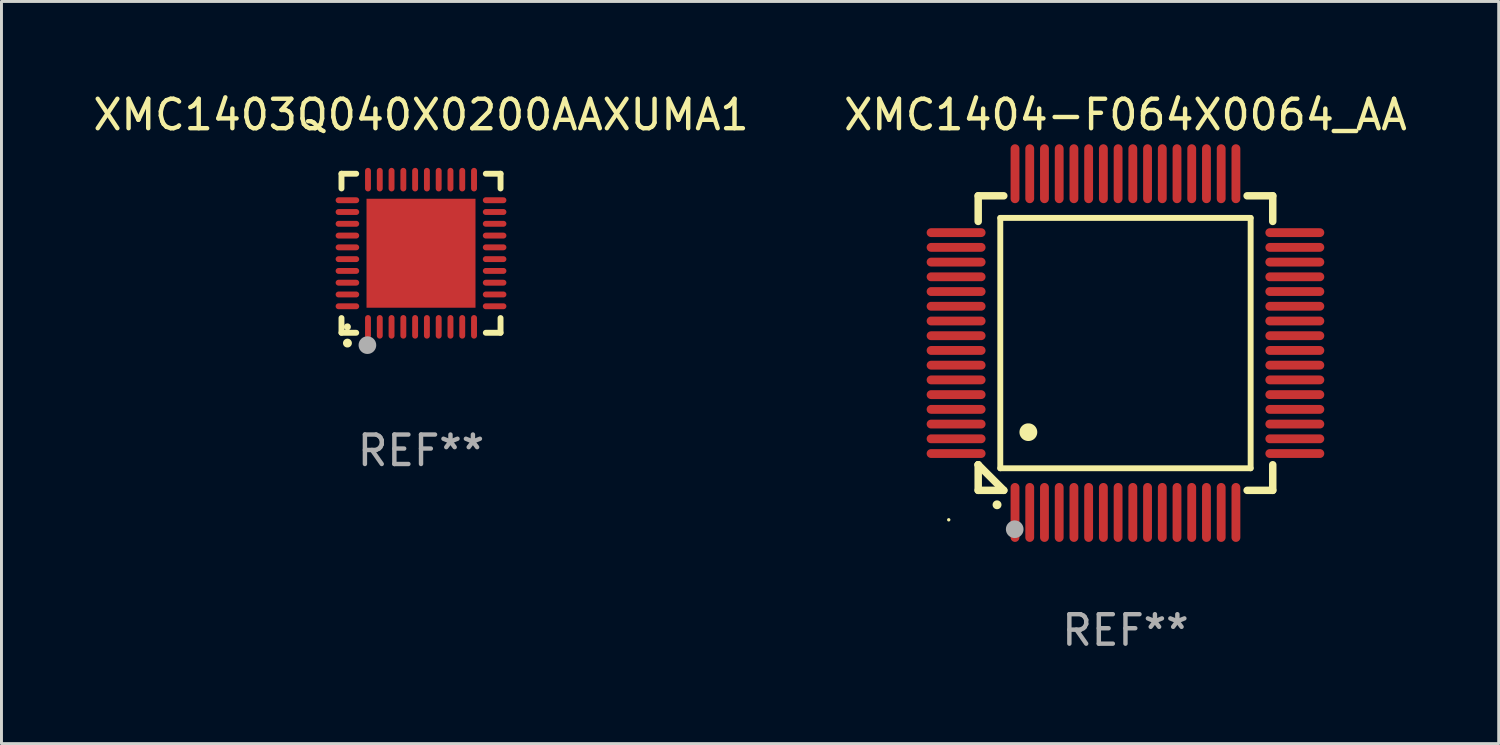
<source format=kicad_pcb>
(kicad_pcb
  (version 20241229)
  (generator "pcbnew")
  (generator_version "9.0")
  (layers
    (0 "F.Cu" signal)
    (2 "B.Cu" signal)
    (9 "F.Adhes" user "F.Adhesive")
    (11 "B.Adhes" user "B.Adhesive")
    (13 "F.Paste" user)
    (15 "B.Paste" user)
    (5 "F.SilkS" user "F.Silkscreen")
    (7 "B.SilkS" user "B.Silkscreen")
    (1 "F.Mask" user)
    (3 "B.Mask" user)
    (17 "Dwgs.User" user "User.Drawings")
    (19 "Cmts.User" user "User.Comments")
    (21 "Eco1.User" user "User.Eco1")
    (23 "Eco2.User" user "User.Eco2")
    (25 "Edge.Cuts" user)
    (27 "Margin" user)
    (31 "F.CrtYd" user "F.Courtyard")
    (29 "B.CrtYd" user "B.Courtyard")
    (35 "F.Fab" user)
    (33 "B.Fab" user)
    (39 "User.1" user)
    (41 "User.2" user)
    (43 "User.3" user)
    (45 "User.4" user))
  (footprint "XMC1403Q040X0200AAXUMA1"
    (layer "F.Cu")
    (at 11.244 5.548)
    (property "Reference" "XMC1403Q040X0200AAXUMA1" (at 0 -4.7 0) (layer "F.SilkS") (effects (font (size 1 1) (thickness 0.15))))
    (attr through_hole)
    (fp_line (start -2.7 -2.7) (end -2.7 -2.2) (stroke (width 0.2) (type solid)) (layer "F.SilkS"))
    (fp_line (start -2.7 2.7) (end -2.7 2.2) (stroke (width 0.2) (type solid)) (layer "F.SilkS"))
    (fp_line (start -2.2 -2.7) (end -2.7 -2.7) (stroke (width 0.2) (type solid)) (layer "F.SilkS"))
    (fp_line (start -2.2 2.7) (end -2.7 2.7) (stroke (width 0.2) (type solid)) (layer "F.SilkS"))
    (fp_line (start 2.7 -2.7) (end 2.2 -2.7) (stroke (width 0.2) (type solid)) (layer "F.SilkS"))
    (fp_line (start 2.7 -2.2) (end 2.7 -2.7) (stroke (width 0.2) (type solid)) (layer "F.SilkS"))
    (fp_line (start 2.7 2.2) (end 2.7 2.7) (stroke (width 0.2) (type solid)) (layer "F.SilkS"))
    (fp_line (start 2.7 2.7) (end 2.2 2.7) (stroke (width 0.2) (type solid)) (layer "F.SilkS"))
    (fp_arc (start -2.499365 3.050546) (mid -2.498095 3.050541) (end -2.496825 3.050546) (stroke (width 0.3) (type solid)) (layer "F.SilkS"))
    (fp_circle (center -2.5 2.5) (end -2.44 2.5) (stroke (width 0.12) (type solid)) (fill no) (layer "F.SilkS"))
    (fp_circle (center -1.82 3.12) (end -1.67 3.12) (stroke (width 0.3) (type solid)) (fill no) (layer "F.Fab"))
    (fp_text user "REF**" (at 0 6.7 0) (layer "F.Fab") (effects (font (size 1 1) (thickness 0.15))))
    (pad "1" smd oval (at -1.8 2.499) (size 0.2 0.8) (layers "F.Cu" "F.Mask" "F.Paste"))
    (pad "2" smd oval (at -1.4 2.499) (size 0.2 0.8) (layers "F.Cu" "F.Mask" "F.Paste"))
    (pad "3" smd oval (at -1 2.499) (size 0.2 0.8) (layers "F.Cu" "F.Mask" "F.Paste"))
    (pad "4" smd oval (at -0.6 2.499) (size 0.2 0.8) (layers "F.Cu" "F.Mask" "F.Paste"))
    (pad "5" smd oval (at -0.2 2.499) (size 0.2 0.8) (layers "F.Cu" "F.Mask" "F.Paste"))
    (pad "6" smd oval (at 0.2 2.499) (size 0.2 0.8) (layers "F.Cu" "F.Mask" "F.Paste"))
    (pad "7" smd oval (at 0.6 2.499) (size 0.2 0.8) (layers "F.Cu" "F.Mask" "F.Paste"))
    (pad "8" smd oval (at 1 2.499) (size 0.2 0.8) (layers "F.Cu" "F.Mask" "F.Paste"))
    (pad "9" smd oval (at 1.4 2.499) (size 0.2 0.8) (layers "F.Cu" "F.Mask" "F.Paste"))
    (pad "10" smd oval (at 1.8 2.499) (size 0.2 0.8) (layers "F.Cu" "F.Mask" "F.Paste"))
    (pad "11" smd oval (at 2.499 1.8) (size 0.8 0.2) (layers "F.Cu" "F.Mask" "F.Paste"))
    (pad "12" smd oval (at 2.499 1.4) (size 0.8 0.2) (layers "F.Cu" "F.Mask" "F.Paste"))
    (pad "13" smd oval (at 2.499 1) (size 0.8 0.2) (layers "F.Cu" "F.Mask" "F.Paste"))
    (pad "14" smd oval (at 2.499 0.6) (size 0.8 0.2) (layers "F.Cu" "F.Mask" "F.Paste"))
    (pad "15" smd oval (at 2.499 0.2) (size 0.8 0.2) (layers "F.Cu" "F.Mask" "F.Paste"))
    (pad "16" smd oval (at 2.499 -0.2) (size 0.8 0.2) (layers "F.Cu" "F.Mask" "F.Paste"))
    (pad "17" smd oval (at 2.499 -0.6) (size 0.8 0.2) (layers "F.Cu" "F.Mask" "F.Paste"))
    (pad "18" smd oval (at 2.499 -1) (size 0.8 0.2) (layers "F.Cu" "F.Mask" "F.Paste"))
    (pad "19" smd oval (at 2.499 -1.4) (size 0.8 0.2) (layers "F.Cu" "F.Mask" "F.Paste"))
    (pad "20" smd oval (at 2.499 -1.8) (size 0.8 0.2) (layers "F.Cu" "F.Mask" "F.Paste"))
    (pad "21" smd oval (at 1.8 -2.499) (size 0.2 0.8) (layers "F.Cu" "F.Mask" "F.Paste"))
    (pad "22" smd oval (at 1.4 -2.499) (size 0.2 0.8) (layers "F.Cu" "F.Mask" "F.Paste"))
    (pad "23" smd oval (at 1 -2.499) (size 0.2 0.8) (layers "F.Cu" "F.Mask" "F.Paste"))
    (pad "24" smd oval (at 0.6 -2.499) (size 0.2 0.8) (layers "F.Cu" "F.Mask" "F.Paste"))
    (pad "25" smd oval (at 0.2 -2.499) (size 0.2 0.8) (layers "F.Cu" "F.Mask" "F.Paste"))
    (pad "26" smd oval (at -0.2 -2.499) (size 0.2 0.8) (layers "F.Cu" "F.Mask" "F.Paste"))
    (pad "27" smd oval (at -0.6 -2.499) (size 0.2 0.8) (layers "F.Cu" "F.Mask" "F.Paste"))
    (pad "28" smd oval (at -1 -2.499) (size 0.2 0.8) (layers "F.Cu" "F.Mask" "F.Paste"))
    (pad "29" smd oval (at -1.4 -2.499) (size 0.2 0.8) (layers "F.Cu" "F.Mask" "F.Paste"))
    (pad "30" smd oval (at -1.8 -2.499) (size 0.2 0.8) (layers "F.Cu" "F.Mask" "F.Paste"))
    (pad "31" smd oval (at -2.499 -1.8) (size 0.8 0.2) (layers "F.Cu" "F.Mask" "F.Paste"))
    (pad "32" smd oval (at -2.499 -1.4) (size 0.8 0.2) (layers "F.Cu" "F.Mask" "F.Paste"))
    (pad "33" smd oval (at -2.499 -1) (size 0.8 0.2) (layers "F.Cu" "F.Mask" "F.Paste"))
    (pad "34" smd oval (at -2.499 -0.6) (size 0.8 0.2) (layers "F.Cu" "F.Mask" "F.Paste"))
    (pad "35" smd oval (at -2.499 -0.2) (size 0.8 0.2) (layers "F.Cu" "F.Mask" "F.Paste"))
    (pad "36" smd oval (at -2.499 0.2) (size 0.8 0.2) (layers "F.Cu" "F.Mask" "F.Paste"))
    (pad "37" smd oval (at -2.499 0.6) (size 0.8 0.2) (layers "F.Cu" "F.Mask" "F.Paste"))
    (pad "38" smd oval (at -2.499 1) (size 0.8 0.2) (layers "F.Cu" "F.Mask" "F.Paste"))
    (pad "39" smd oval (at -2.499 1.4) (size 0.8 0.2) (layers "F.Cu" "F.Mask" "F.Paste"))
    (pad "40" smd oval (at -2.499 1.8) (size 0.8 0.2) (layers "F.Cu" "F.Mask" "F.Paste"))
    (pad "41" smd rect (at 0 0) (size 3.7 3.7) (layers "F.Cu" "F.Mask" "F.Paste")))
  (footprint "XMC1404-F064X0064_AA"
    (layer "F.Cu")
    (at 35.161 8.598)
    (property "Reference" "XMC1404-F064X0064_AA" (at 0 -7.75 0) (layer "F.SilkS") (effects (font (size 1 1) (thickness 0.15))))
    (attr through_hole)
    (fp_line (start -5 -5) (end -4.131 -5) (stroke (width 0.254) (type solid)) (layer "F.SilkS"))
    (fp_line (start -5 -4.131) (end -5 -5) (stroke (width 0.254) (type solid)) (layer "F.SilkS"))
    (fp_line (start -5 4.131) (end -5 4.131) (stroke (width 0.254) (type solid)) (layer "F.SilkS"))
    (fp_line (start -5 5) (end -5 4.131) (stroke (width 0.254) (type solid)) (layer "F.SilkS"))
    (fp_line (start -5 4.131) (end -4.131 5) (stroke (width 0.254) (type solid)) (layer "F.SilkS"))
    (fp_line (start -4.25 -4.25) (end -4.25 4.25) (stroke (width 0.2) (type solid)) (layer "F.SilkS"))
    (fp_line (start -4.25 4.25) (end 4.25 4.25) (stroke (width 0.2) (type solid)) (layer "F.SilkS"))
    (fp_line (start -4.131 5) (end -5 5) (stroke (width 0.254) (type solid)) (layer "F.SilkS"))
    (fp_line (start 4.25 -4.25) (end -4.25 -4.25) (stroke (width 0.2) (type solid)) (layer "F.SilkS"))
    (fp_line (start 4.25 4.25) (end 4.25 -4.25) (stroke (width 0.2) (type solid)) (layer "F.SilkS"))
    (fp_line (start 5 -5) (end 4.131 -5) (stroke (width 0.254) (type solid)) (layer "F.SilkS"))
    (fp_line (start 5 -5) (end 5 -4.131) (stroke (width 0.254) (type solid)) (layer "F.SilkS"))
    (fp_line (start 5 4.131) (end 5 5) (stroke (width 0.254) (type solid)) (layer "F.SilkS"))
    (fp_line (start 5 5) (end 4.131 5) (stroke (width 0.254) (type solid)) (layer "F.SilkS"))
    (fp_arc (start -4.361265 5.489992) (mid -4.359995 5.489987) (end -4.358725 5.489992) (stroke (width 0.3) (type solid)) (layer "F.SilkS"))
    (fp_arc (start -3.299467 3.025146) (mid -3.296927 3.025135) (end -3.294387 3.025146) (stroke (width 0.6) (type solid)) (layer "F.SilkS"))
    (fp_circle (center -6 6) (end -5.97 6) (stroke (width 0.06) (type solid)) (fill no) (layer "F.SilkS"))
    (fp_circle (center -3.76 6.32) (end -3.61 6.32) (stroke (width 0.3) (type solid)) (fill no) (layer "F.Fab"))
    (fp_text user "REF**" (at 0 9.75 0) (layer "F.Fab") (effects (font (size 1 1) (thickness 0.15))))
    (pad "1" smd oval (at -3.75 5.75) (size 0.3 2) (layers "F.Cu" "F.Mask" "F.Paste"))
    (pad "2" smd oval (at -3.25 5.75) (size 0.3 2) (layers "F.Cu" "F.Mask" "F.Paste"))
    (pad "3" smd oval (at -2.75 5.75) (size 0.3 2) (layers "F.Cu" "F.Mask" "F.Paste"))
    (pad "4" smd oval (at -2.25 5.75) (size 0.3 2) (layers "F.Cu" "F.Mask" "F.Paste"))
    (pad "5" smd oval (at -1.75 5.75) (size 0.3 2) (layers "F.Cu" "F.Mask" "F.Paste"))
    (pad "6" smd oval (at -1.25 5.75) (size 0.3 2) (layers "F.Cu" "F.Mask" "F.Paste"))
    (pad "7" smd oval (at -0.75 5.75) (size 0.3 2) (layers "F.Cu" "F.Mask" "F.Paste"))
    (pad "8" smd oval (at -0.25 5.75) (size 0.3 2) (layers "F.Cu" "F.Mask" "F.Paste"))
    (pad "9" smd oval (at 0.25 5.75) (size 0.3 2) (layers "F.Cu" "F.Mask" "F.Paste"))
    (pad "10" smd oval (at 0.75 5.75) (size 0.3 2) (layers "F.Cu" "F.Mask" "F.Paste"))
    (pad "11" smd oval (at 1.25 5.75) (size 0.3 2) (layers "F.Cu" "F.Mask" "F.Paste"))
    (pad "12" smd oval (at 1.75 5.75) (size 0.3 2) (layers "F.Cu" "F.Mask" "F.Paste"))
    (pad "13" smd oval (at 2.25 5.75) (size 0.3 2) (layers "F.Cu" "F.Mask" "F.Paste"))
    (pad "14" smd oval (at 2.75 5.75) (size 0.3 2) (layers "F.Cu" "F.Mask" "F.Paste"))
    (pad "15" smd oval (at 3.25 5.75) (size 0.3 2) (layers "F.Cu" "F.Mask" "F.Paste"))
    (pad "16" smd oval (at 3.75 5.75) (size 0.3 2) (layers "F.Cu" "F.Mask" "F.Paste"))
    (pad "17" smd oval (at 5.75 3.75) (size 2 0.3) (layers "F.Cu" "F.Mask" "F.Paste"))
    (pad "18" smd oval (at 5.75 3.25) (size 2 0.3) (layers "F.Cu" "F.Mask" "F.Paste"))
    (pad "19" smd oval (at 5.75 2.75) (size 2 0.3) (layers "F.Cu" "F.Mask" "F.Paste"))
    (pad "20" smd oval (at 5.75 2.25) (size 2 0.3) (layers "F.Cu" "F.Mask" "F.Paste"))
    (pad "21" smd oval (at 5.75 1.75) (size 2 0.3) (layers "F.Cu" "F.Mask" "F.Paste"))
    (pad "22" smd oval (at 5.75 1.25) (size 2 0.3) (layers "F.Cu" "F.Mask" "F.Paste"))
    (pad "23" smd oval (at 5.75 0.75) (size 2 0.3) (layers "F.Cu" "F.Mask" "F.Paste"))
    (pad "24" smd oval (at 5.75 0.25) (size 2 0.3) (layers "F.Cu" "F.Mask" "F.Paste"))
    (pad "25" smd oval (at 5.75 -0.25) (size 2 0.3) (layers "F.Cu" "F.Mask" "F.Paste"))
    (pad "26" smd oval (at 5.75 -0.75) (size 2 0.3) (layers "F.Cu" "F.Mask" "F.Paste"))
    (pad "27" smd oval (at 5.75 -1.25) (size 2 0.3) (layers "F.Cu" "F.Mask" "F.Paste"))
    (pad "28" smd oval (at 5.75 -1.75) (size 2 0.3) (layers "F.Cu" "F.Mask" "F.Paste"))
    (pad "29" smd oval (at 5.75 -2.25) (size 2 0.3) (layers "F.Cu" "F.Mask" "F.Paste"))
    (pad "30" smd oval (at 5.75 -2.75) (size 2 0.3) (layers "F.Cu" "F.Mask" "F.Paste"))
    (pad "31" smd oval (at 5.75 -3.25) (size 2 0.3) (layers "F.Cu" "F.Mask" "F.Paste"))
    (pad "32" smd oval (at 5.75 -3.75) (size 2 0.3) (layers "F.Cu" "F.Mask" "F.Paste"))
    (pad "33" smd oval (at 3.75 -5.75) (size 0.3 2) (layers "F.Cu" "F.Mask" "F.Paste"))
    (pad "34" smd oval (at 3.25 -5.75) (size 0.3 2) (layers "F.Cu" "F.Mask" "F.Paste"))
    (pad "35" smd oval (at 2.75 -5.75) (size 0.3 2) (layers "F.Cu" "F.Mask" "F.Paste"))
    (pad "36" smd oval (at 2.25 -5.75) (size 0.3 2) (layers "F.Cu" "F.Mask" "F.Paste"))
    (pad "37" smd oval (at 1.75 -5.75) (size 0.3 2) (layers "F.Cu" "F.Mask" "F.Paste"))
    (pad "38" smd oval (at 1.25 -5.75) (size 0.3 2) (layers "F.Cu" "F.Mask" "F.Paste"))
    (pad "39" smd oval (at 0.75 -5.75) (size 0.3 2) (layers "F.Cu" "F.Mask" "F.Paste"))
    (pad "40" smd oval (at 0.25 -5.75) (size 0.3 2) (layers "F.Cu" "F.Mask" "F.Paste"))
    (pad "41" smd oval (at -0.25 -5.75) (size 0.3 2) (layers "F.Cu" "F.Mask" "F.Paste"))
    (pad "42" smd oval (at -0.75 -5.75) (size 0.3 2) (layers "F.Cu" "F.Mask" "F.Paste"))
    (pad "43" smd oval (at -1.25 -5.75) (size 0.3 2) (layers "F.Cu" "F.Mask" "F.Paste"))
    (pad "44" smd oval (at -1.75 -5.75) (size 0.3 2) (layers "F.Cu" "F.Mask" "F.Paste"))
    (pad "45" smd oval (at -2.25 -5.75) (size 0.3 2) (layers "F.Cu" "F.Mask" "F.Paste"))
    (pad "46" smd oval (at -2.75 -5.75) (size 0.3 2) (layers "F.Cu" "F.Mask" "F.Paste"))
    (pad "47" smd oval (at -3.25 -5.75) (size 0.3 2) (layers "F.Cu" "F.Mask" "F.Paste"))
    (pad "48" smd oval (at -3.75 -5.75) (size 0.3 2) (layers "F.Cu" "F.Mask" "F.Paste"))
    (pad "49" smd oval (at -5.75 -3.75) (size 2 0.3) (layers "F.Cu" "F.Mask" "F.Paste"))
    (pad "50" smd oval (at -5.75 -3.25) (size 2 0.3) (layers "F.Cu" "F.Mask" "F.Paste"))
    (pad "51" smd oval (at -5.75 -2.75) (size 2 0.3) (layers "F.Cu" "F.Mask" "F.Paste"))
    (pad "52" smd oval (at -5.75 -2.25) (size 2 0.3) (layers "F.Cu" "F.Mask" "F.Paste"))
    (pad "53" smd oval (at -5.75 -1.75) (size 2 0.3) (layers "F.Cu" "F.Mask" "F.Paste"))
    (pad "54" smd oval (at -5.75 -1.25) (size 2 0.3) (layers "F.Cu" "F.Mask" "F.Paste"))
    (pad "55" smd oval (at -5.75 -0.75) (size 2 0.3) (layers "F.Cu" "F.Mask" "F.Paste"))
    (pad "56" smd oval (at -5.75 -0.25) (size 2 0.3) (layers "F.Cu" "F.Mask" "F.Paste"))
    (pad "57" smd oval (at -5.75 0.25) (size 2 0.3) (layers "F.Cu" "F.Mask" "F.Paste"))
    (pad "58" smd oval (at -5.75 0.75) (size 2 0.3) (layers "F.Cu" "F.Mask" "F.Paste"))
    (pad "59" smd oval (at -5.75 1.25) (size 2 0.3) (layers "F.Cu" "F.Mask" "F.Paste"))
    (pad "60" smd oval (at -5.75 1.75) (size 2 0.3) (layers "F.Cu" "F.Mask" "F.Paste"))
    (pad "61" smd oval (at -5.75 2.25) (size 2 0.3) (layers "F.Cu" "F.Mask" "F.Paste"))
    (pad "62" smd oval (at -5.75 2.75) (size 2 0.3) (layers "F.Cu" "F.Mask" "F.Paste"))
    (pad "63" smd oval (at -5.75 3.25) (size 2 0.3) (layers "F.Cu" "F.Mask" "F.Paste"))
    (pad "64" smd oval (at -5.75 3.75) (size 2 0.3) (layers "F.Cu" "F.Mask" "F.Paste")))
  (gr_rect
    (start -3 -3)
    (end 47.833 22.196)
    (stroke (width 0.1) (type default))
    (fill no)
    (layer "Edge.Cuts")))
</source>
